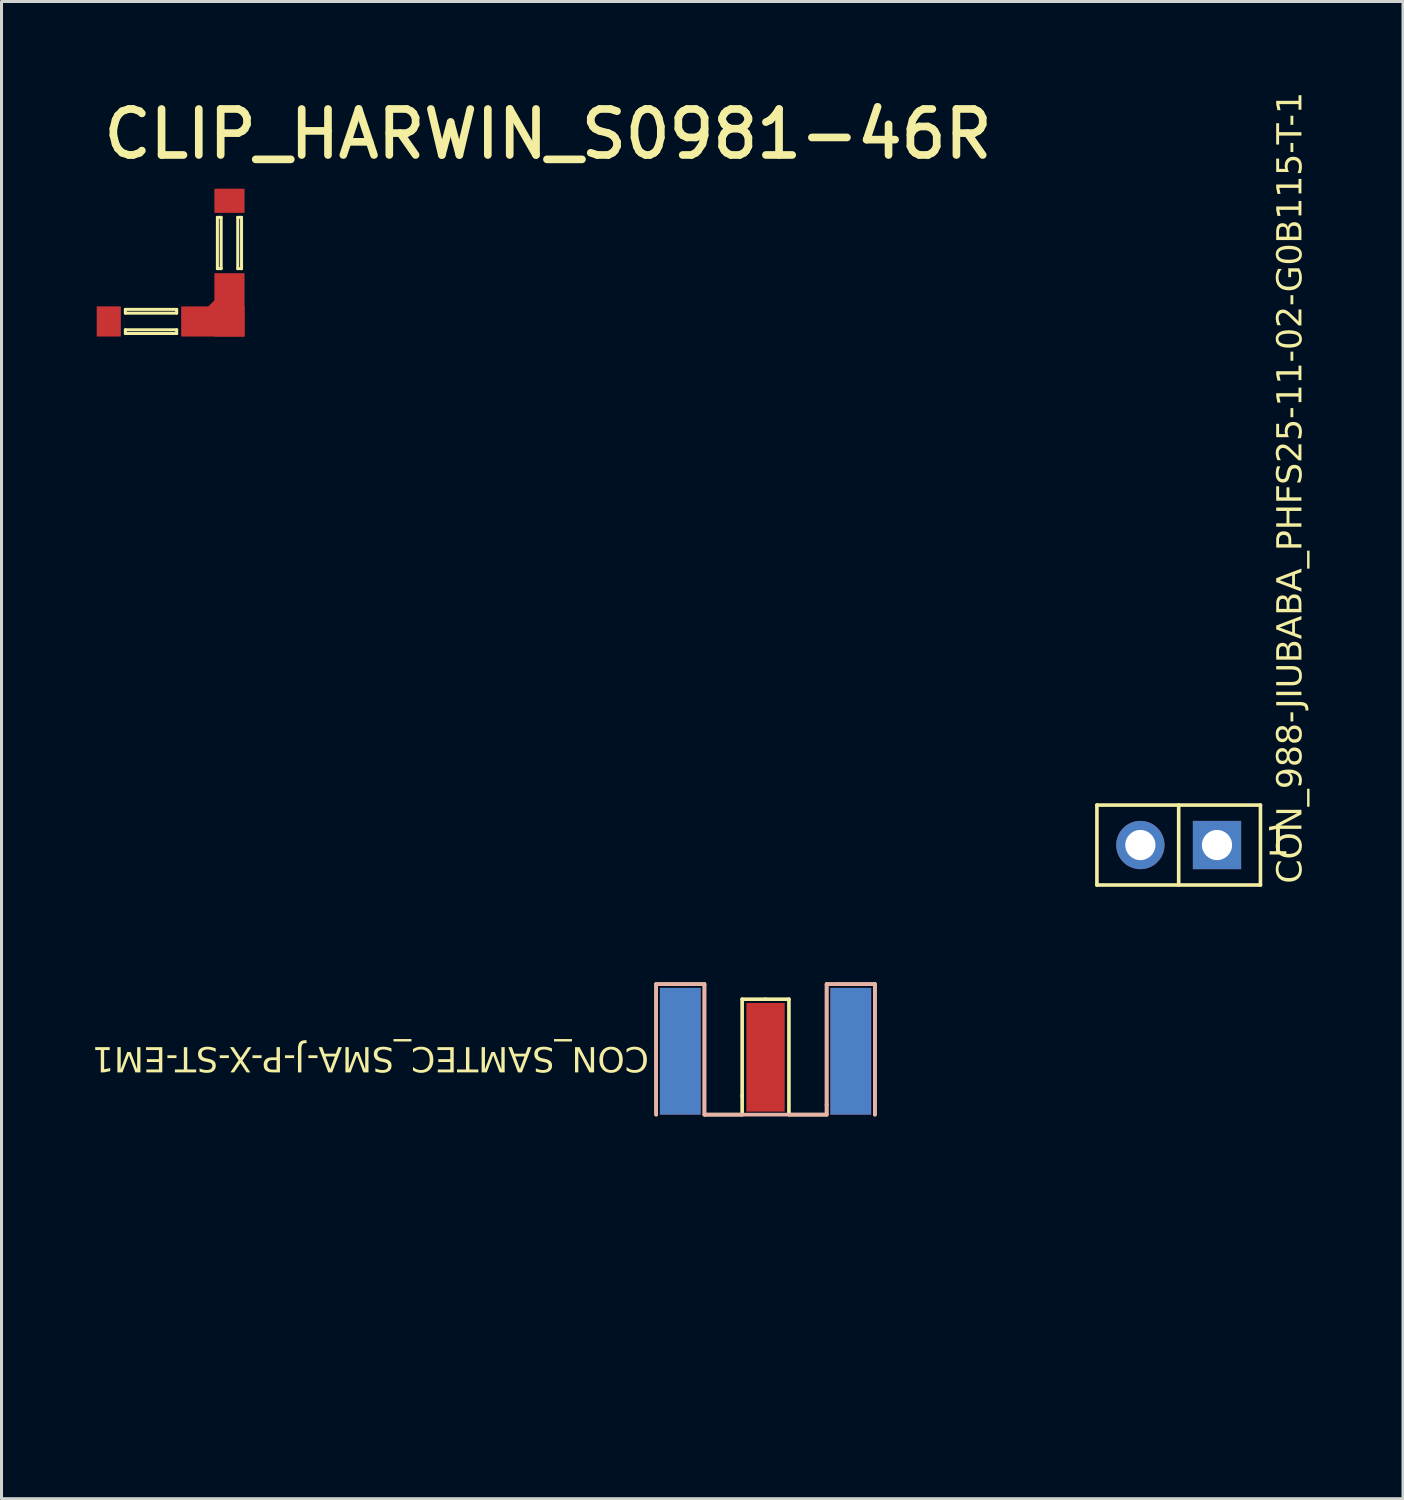
<source format=kicad_pcb>
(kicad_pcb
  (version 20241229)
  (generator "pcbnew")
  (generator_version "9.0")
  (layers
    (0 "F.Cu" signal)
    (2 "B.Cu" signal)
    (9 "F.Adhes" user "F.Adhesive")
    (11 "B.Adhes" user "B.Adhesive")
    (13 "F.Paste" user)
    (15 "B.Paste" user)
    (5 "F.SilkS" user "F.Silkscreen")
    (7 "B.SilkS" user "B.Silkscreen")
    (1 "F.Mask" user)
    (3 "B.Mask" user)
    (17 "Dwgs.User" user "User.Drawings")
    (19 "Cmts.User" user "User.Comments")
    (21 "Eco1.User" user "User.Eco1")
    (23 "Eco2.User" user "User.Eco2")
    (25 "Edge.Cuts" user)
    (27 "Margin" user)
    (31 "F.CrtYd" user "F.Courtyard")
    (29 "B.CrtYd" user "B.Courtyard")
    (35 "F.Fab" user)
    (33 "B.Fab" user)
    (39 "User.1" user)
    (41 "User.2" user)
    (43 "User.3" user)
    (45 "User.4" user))
  (footprint "CLIP_HARWIN_S0981-46R"
    (layer "F.Cu")
    (at 4.555 7.604)
    (property "Reference" "CLIP_HARWIN_S0981-46R" (at -4.304 -5.318 0) (unlocked yes) (layer "F.SilkS") (effects (font (size 1.524 1.524) (thickness 0.254)) (justify left bottom)))
    (fp_line (start -3.45 -0.4) (end -1.75 -0.4) (stroke (width 0.1) (type solid)) (layer "F.SilkS"))
    (fp_line (start -3.45 -0.275) (end -3.45 -0.4) (stroke (width 0.1) (type solid)) (layer "F.SilkS"))
    (fp_line (start -3.45 -0.275) (end -1.75 -0.275) (stroke (width 0.1) (type solid)) (layer "F.SilkS"))
    (fp_line (start -3.45 0.275) (end -1.75 0.275) (stroke (width 0.1) (type solid)) (layer "F.SilkS"))
    (fp_line (start -3.45 0.4) (end -3.45 0.275) (stroke (width 0.1) (type solid)) (layer "F.SilkS"))
    (fp_line (start -3.45 0.4) (end -1.75 0.4) (stroke (width 0.1) (type solid)) (layer "F.SilkS"))
    (fp_line (start -1.75 -0.275) (end -1.75 -0.4) (stroke (width 0.1) (type solid)) (layer "F.SilkS"))
    (fp_line (start -1.75 0.4) (end -1.75 0.275) (stroke (width 0.1) (type solid)) (layer "F.SilkS"))
    (fp_line (start -0.4 -3.45) (end -0.275 -3.45) (stroke (width 0.1) (type solid)) (layer "F.SilkS"))
    (fp_line (start -0.4 -1.75) (end -0.4 -3.45) (stroke (width 0.1) (type solid)) (layer "F.SilkS"))
    (fp_line (start -0.4 -1.75) (end -0.275 -1.75) (stroke (width 0.1) (type solid)) (layer "F.SilkS"))
    (fp_line (start -0.275 -1.75) (end -0.275 -3.45) (stroke (width 0.1) (type solid)) (layer "F.SilkS"))
    (fp_line (start 0.275 -3.45) (end 0.4 -3.45) (stroke (width 0.1) (type solid)) (layer "F.SilkS"))
    (fp_line (start 0.275 -1.75) (end 0.275 -3.45) (stroke (width 0.1) (type solid)) (layer "F.SilkS"))
    (fp_line (start 0.275 -1.75) (end 0.4 -1.75) (stroke (width 0.1) (type solid)) (layer "F.SilkS"))
    (fp_line (start 0.4 -1.75) (end 0.4 -3.45) (stroke (width 0.1) (type solid)) (layer "F.SilkS"))
    (fp_line (start -4.55 -0.65) (end -0.775 -0.65) (stroke (width 0.01) (type solid)) (layer "Eco1.User"))
    (fp_line (start -4.55 0.65) (end -4.55 -0.65) (stroke (width 0.01) (type solid)) (layer "Eco1.User"))
    (fp_line (start -4.55 0.65) (end 0.65 0.65) (stroke (width 0.01) (type solid)) (layer "Eco1.User"))
    (fp_line (start -4.3 -0.4) (end -0.6 -0.4) (stroke (width 0.01) (type solid)) (layer "Eco1.User"))
    (fp_line (start -4.3 0.4) (end -4.3 -0.4) (stroke (width 0.01) (type solid)) (layer "Eco1.User"))
    (fp_line (start -4.3 0.4) (end -0.1 0.4) (stroke (width 0.01) (type solid)) (layer "Eco1.User"))
    (fp_line (start -3.6 -0.325) (end -1.6 -0.325) (stroke (width 0.01) (type solid)) (layer "Eco1.User"))
    (fp_line (start -3.6 0.325) (end -1.6 0.325) (stroke (width 0.01) (type solid)) (layer "Eco1.User"))
    (fp_line (start -3.6 0.4) (end -3.6 -0.4) (stroke (width 0.01) (type solid)) (layer "Eco1.User"))
    (fp_line (start -1.6 0.4) (end -1.6 -0.4) (stroke (width 0.01) (type solid)) (layer "Eco1.User"))
    (fp_line (start -0.775 -0.65) (end -0.65 -0.775) (stroke (width 0.01) (type solid)) (layer "Eco1.User"))
    (fp_line (start -0.65 -4.55) (end 0.65 -4.55) (stroke (width 0.01) (type solid)) (layer "Eco1.User"))
    (fp_line (start -0.65 -0.775) (end -0.65 -4.55) (stroke (width 0.01) (type solid)) (layer "Eco1.User"))
    (fp_line (start -0.4 -4.3) (end 0.4 -4.3) (stroke (width 0.01) (type solid)) (layer "Eco1.User"))
    (fp_line (start -0.4 -3.6) (end 0.4 -3.6) (stroke (width 0.01) (type solid)) (layer "Eco1.User"))
    (fp_line (start -0.4 -1.6) (end 0.4 -1.6) (stroke (width 0.01) (type solid)) (layer "Eco1.User"))
    (fp_line (start -0.4 -0.6) (end -0.4 -4.3) (stroke (width 0.01) (type solid)) (layer "Eco1.User"))
    (fp_line (start -0.325 -1.6) (end -0.325 -3.6) (stroke (width 0.01) (type solid)) (layer "Eco1.User"))
    (fp_line (start -0.1 0.4) (end 0.4 -0.1) (stroke (width 0.01) (type solid)) (layer "Eco1.User"))
    (fp_line (start 0.325 -1.6) (end 0.325 -3.6) (stroke (width 0.01) (type solid)) (layer "Eco1.User"))
    (fp_line (start 0.4 -0.1) (end 0.4 -4.3) (stroke (width 0.01) (type solid)) (layer "Eco1.User"))
    (fp_line (start 0.65 0.65) (end 0.65 -4.55) (stroke (width 0.01) (type solid)) (layer "Eco1.User"))
    (fp_arc (start -0.4 -0.6) (mid -0.458579 -0.458579) (end -0.6 -0.4) (stroke (width 0.01) (type solid)) (layer "Eco1.User"))
    (fp_text user "'.Designator'" (at -2 0.5 0) (unlocked yes) (layer "Eco1.User") (effects (font (face "Arial") (size 0.472 0.472) (thickness 0.254)) (justify left bottom)))
    (pad "" smd custom (at -1.6 0.5) (size 0.000001 0.000001) (layers "F.Cu" "F.Mask" "F.Paste") (options (anchor circle)) (primitives (gr_poly (pts (xy 0 0) (xy 2.1 0) (xy 2.1 -2.1) (xy 1.1 -2.1) (xy 1.1 -1.2) (xy 0.9 -1) (xy 0 -1)) (width 0) (fill yes))))
    (pad "1" smd rect (at -4 0) (size 0.8 1) (layers "F.Cu" "F.Mask" "F.Paste"))
    (pad "1" smd rect (at 0 -4) (size 1 0.8) (layers "F.Cu" "F.Mask" "F.Paste"))
    (pad "1" smd rect (at 0 0) (size 1 1) (layers "F.Cu" "F.Mask" "F.Paste")))
  (footprint "CON_SAMTEC_SMA-J-P-X-ST-EM1"
    (layer "F.Cu")
    (at 22.322 33.892)
    (property "Reference" "CON_SAMTEC_SMA-J-P-X-ST-EM1" (at -3.868 -2.375 180) (unlocked yes) (layer "F.SilkS") (effects (font (face "Arial") (size 0.819 0.819) (thickness 0.254)) (justify left bottom)))
    (fp_line (start -3.625 -4.325) (end -3.625 0) (stroke (width 0.12) (type solid)) (layer "F.SilkS"))
    (fp_line (start -2.025 -4.325) (end -3.625 -4.325) (stroke (width 0.12) (type solid)) (layer "F.SilkS"))
    (fp_line (start -2.025 -4.325) (end -2.025 0) (stroke (width 0.12) (type solid)) (layer "F.SilkS"))
    (fp_line (start -0.775 -3.825) (end -0.775 -0.625) (stroke (width 0.12) (type solid)) (layer "F.SilkS"))
    (fp_line (start -0.775 -0.625) (end -0.775 0) (stroke (width 0.12) (type solid)) (layer "F.SilkS"))
    (fp_line (start -0.775 0) (end -2.025 0) (stroke (width 0.12) (type solid)) (layer "F.SilkS"))
    (fp_line (start 0 -3.825) (end -0.775 -3.825) (stroke (width 0.12) (type solid)) (layer "F.SilkS"))
    (fp_line (start 0.775 -3.825) (end 0 -3.825) (stroke (width 0.12) (type solid)) (layer "F.SilkS"))
    (fp_line (start 0.775 -3.825) (end 0.775 0) (stroke (width 0.12) (type solid)) (layer "F.SilkS"))
    (fp_line (start 2.025 -4.325) (end 2.025 -0.325) (stroke (width 0.12) (type solid)) (layer "F.SilkS"))
    (fp_line (start 2.025 -0.325) (end 2.025 0) (stroke (width 0.12) (type solid)) (layer "F.SilkS"))
    (fp_line (start 2.025 0) (end 0.775 0) (stroke (width 0.12) (type solid)) (layer "F.SilkS"))
    (fp_line (start 2.45 -4.325) (end 2.025 -4.325) (stroke (width 0.12) (type solid)) (layer "F.SilkS"))
    (fp_line (start 3.625 -4.325) (end 2.45 -4.325) (stroke (width 0.12) (type solid)) (layer "F.SilkS"))
    (fp_line (start 3.625 -4.325) (end 3.625 0) (stroke (width 0.12) (type solid)) (layer "F.SilkS"))
    (fp_line (start -3.625 -4.325) (end -3.625 0) (stroke (width 0.12) (type solid)) (layer "B.SilkS"))
    (fp_line (start -2.025 -4.325) (end -3.625 -4.325) (stroke (width 0.12) (type solid)) (layer "B.SilkS"))
    (fp_line (start -2.025 -4.325) (end -2.025 0) (stroke (width 0.12) (type solid)) (layer "B.SilkS"))
    (fp_line (start 2.025 -4.325) (end 2.025 -0.325) (stroke (width 0.12) (type solid)) (layer "B.SilkS"))
    (fp_line (start 2.025 -0.325) (end 2.025 0) (stroke (width 0.12) (type solid)) (layer "B.SilkS"))
    (fp_line (start 2.025 0) (end -2.025 0) (stroke (width 0.12) (type solid)) (layer "B.SilkS"))
    (fp_line (start 2.45 -4.325) (end 2.025 -4.325) (stroke (width 0.12) (type solid)) (layer "B.SilkS"))
    (fp_line (start 3.625 -4.325) (end 2.45 -4.325) (stroke (width 0.12) (type solid)) (layer "B.SilkS"))
    (fp_line (start 3.625 -4.325) (end 3.625 0) (stroke (width 0.12) (type solid)) (layer "B.SilkS"))
    (fp_line (start -5.1 2) (end -5.1 9.725) (stroke (width 0.01) (type solid)) (layer "Eco1.User"))
    (fp_line (start -3.7 -4.4) (end -3.7 2) (stroke (width 0.01) (type solid)) (layer "Eco1.User"))
    (fp_line (start -3.7 2) (end -5.1 2) (stroke (width 0.01) (type solid)) (layer "Eco1.User"))
    (fp_line (start -3.175 -3.81) (end -3.175 0) (stroke (width 0.01) (type solid)) (layer "Eco1.User"))
    (fp_line (start -3.175 -3.81) (end -3.175 0) (stroke (width 0.01) (type solid)) (layer "Eco1.User"))
    (fp_line (start -3.175 -3.8) (end -3.175 2) (stroke (width 0.01) (type solid)) (layer "Eco1.User"))
    (fp_line (start -2.75 2.15) (end -2.9 2) (stroke (width 0.01) (type solid)) (layer "Eco1.User"))
    (fp_line (start -2.75 2.15) (end -2.75 5.3) (stroke (width 0.01) (type solid)) (layer "Eco1.User"))
    (fp_line (start -2.75 4.55) (end -2.75 7.7) (stroke (width 0.01) (type solid)) (layer "Eco1.User"))
    (fp_line (start -2.75 5.3) (end -3.15 5.7) (stroke (width 0.01) (type solid)) (layer "Eco1.User"))
    (fp_line (start -2.75 6.1) (end -3.15 5.7) (stroke (width 0.01) (type solid)) (layer "Eco1.User"))
    (fp_line (start -2.75 6.1) (end -3.15 6.5) (stroke (width 0.01) (type solid)) (layer "Eco1.User"))
    (fp_line (start -2.75 6.9) (end -3.15 6.5) (stroke (width 0.01) (type solid)) (layer "Eco1.User"))
    (fp_line (start -2.75 6.9) (end -3.15 7.3) (stroke (width 0.01) (type solid)) (layer "Eco1.User"))
    (fp_line (start -2.75 7.7) (end -3.15 7.3) (stroke (width 0.01) (type solid)) (layer "Eco1.User"))
    (fp_line (start -2.75 7.7) (end -3.15 8.1) (stroke (width 0.01) (type solid)) (layer "Eco1.User"))
    (fp_line (start -2.75 7.7) (end -3.15 8.1) (stroke (width 0.01) (type solid)) (layer "Eco1.User"))
    (fp_line (start -2.75 7.7) (end -2.75 8.5) (stroke (width 0.01) (type solid)) (layer "Eco1.User"))
    (fp_line (start -2.75 8.5) (end -3.15 8.1) (stroke (width 0.01) (type solid)) (layer "Eco1.User"))
    (fp_line (start -2.75 8.5) (end -3.15 8.1) (stroke (width 0.01) (type solid)) (layer "Eco1.User"))
    (fp_line (start -2.75 8.5) (end -3.15 8.9) (stroke (width 0.01) (type solid)) (layer "Eco1.User"))
    (fp_line (start -2.75 8.5) (end -2.75 9.445) (stroke (width 0.01) (type solid)) (layer "Eco1.User"))
    (fp_line (start -2.75 9.3) (end -3.15 8.9) (stroke (width 0.01) (type solid)) (layer "Eco1.User"))
    (fp_line (start -2.675 9.52) (end -2.75 9.445) (stroke (width 0.01) (type solid)) (layer "Eco1.User"))
    (fp_line (start -2.365 -3.81) (end -3.175 -3.81) (stroke (width 0.01) (type solid)) (layer "Eco1.User"))
    (fp_line (start -2.365 -3.81) (end -3.175 -3.81) (stroke (width 0.01) (type solid)) (layer "Eco1.User"))
    (fp_line (start -2.365 -3.81) (end -2.365 0) (stroke (width 0.01) (type solid)) (layer "Eco1.User"))
    (fp_line (start -2.365 -3.81) (end -2.365 0) (stroke (width 0.01) (type solid)) (layer "Eco1.User"))
    (fp_line (start -0.635 -3.55) (end -0.635 0) (stroke (width 0.01) (type solid)) (layer "Eco1.User"))
    (fp_line (start -0.375 -3.8) (end -0.635 -3.55) (stroke (width 0.01) (type solid)) (layer "Eco1.User"))
    (fp_line (start 0.375 -3.8) (end -0.375 -3.8) (stroke (width 0.01) (type solid)) (layer "Eco1.User"))
    (fp_line (start 0.625 -3.55) (end -0.625 -3.55) (stroke (width 0.01) (type solid)) (layer "Eco1.User"))
    (fp_line (start 0.635 -3.55) (end 0.375 -3.8) (stroke (width 0.01) (type solid)) (layer "Eco1.User"))
    (fp_line (start 0.635 -3.55) (end 0.635 0) (stroke (width 0.01) (type solid)) (layer "Eco1.User"))
    (fp_line (start 2.365 -3.81) (end 2.365 0) (stroke (width 0.01) (type solid)) (layer "Eco1.User"))
    (fp_line (start 2.365 -3.81) (end 2.365 0) (stroke (width 0.01) (type solid)) (layer "Eco1.User"))
    (fp_line (start 2.675 9.52) (end -2.675 9.52) (stroke (width 0.01) (type solid)) (layer "Eco1.User"))
    (fp_line (start 2.75 2.15) (end -2.75 2.15) (stroke (width 0.01) (type solid)) (layer "Eco1.User"))
    (fp_line (start 2.75 2.15) (end 2.75 4.9) (stroke (width 0.01) (type solid)) (layer "Eco1.User"))
    (fp_line (start 2.75 4.55) (end -2.75 4.55) (stroke (width 0.01) (type solid)) (layer "Eco1.User"))
    (fp_line (start 2.75 4.55) (end 2.75 7.3) (stroke (width 0.01) (type solid)) (layer "Eco1.User"))
    (fp_line (start 2.75 4.9) (end -2.75 5.3) (stroke (width 0.01) (type solid)) (layer "Eco1.User"))
    (fp_line (start 2.75 5.7) (end -2.75 6.1) (stroke (width 0.01) (type solid)) (layer "Eco1.User"))
    (fp_line (start 2.75 6.5) (end -2.75 6.9) (stroke (width 0.01) (type solid)) (layer "Eco1.User"))
    (fp_line (start 2.75 7.3) (end -2.75 7.7) (stroke (width 0.01) (type solid)) (layer "Eco1.User"))
    (fp_line (start 2.75 7.3) (end 2.75 8.1) (stroke (width 0.01) (type solid)) (layer "Eco1.User"))
    (fp_line (start 2.75 8.1) (end -2.75 8.5) (stroke (width 0.01) (type solid)) (layer "Eco1.User"))
    (fp_line (start 2.75 8.1) (end 2.75 9.445) (stroke (width 0.01) (type solid)) (layer "Eco1.User"))
    (fp_line (start 2.75 8.9) (end -2.75 9.3) (stroke (width 0.01) (type solid)) (layer "Eco1.User"))
    (fp_line (start 2.75 9.445) (end 2.675 9.52) (stroke (width 0.01) (type solid)) (layer "Eco1.User"))
    (fp_line (start 2.9 2) (end 2.75 2.15) (stroke (width 0.01) (type solid)) (layer "Eco1.User"))
    (fp_line (start 3.15 5.3) (end -3.15 5.7) (stroke (width 0.01) (type solid)) (layer "Eco1.User"))
    (fp_line (start 3.15 5.3) (end 2.75 4.9) (stroke (width 0.01) (type solid)) (layer "Eco1.User"))
    (fp_line (start 3.15 5.3) (end 2.75 5.7) (stroke (width 0.01) (type solid)) (layer "Eco1.User"))
    (fp_line (start 3.15 6.1) (end -3.15 6.5) (stroke (width 0.01) (type solid)) (layer "Eco1.User"))
    (fp_line (start 3.15 6.1) (end 2.75 5.7) (stroke (width 0.01) (type solid)) (layer "Eco1.User"))
    (fp_line (start 3.15 6.1) (end 2.75 6.5) (stroke (width 0.01) (type solid)) (layer "Eco1.User"))
    (fp_line (start 3.15 6.9) (end -3.15 7.3) (stroke (width 0.01) (type solid)) (layer "Eco1.User"))
    (fp_line (start 3.15 6.9) (end 2.75 6.5) (stroke (width 0.01) (type solid)) (layer "Eco1.User"))
    (fp_line (start 3.15 6.9) (end 2.75 7.3) (stroke (width 0.01) (type solid)) (layer "Eco1.User"))
    (fp_line (start 3.15 7.7) (end -3.15 8.1) (stroke (width 0.01) (type solid)) (layer "Eco1.User"))
    (fp_line (start 3.15 7.7) (end 2.75 7.3) (stroke (width 0.01) (type solid)) (layer "Eco1.User"))
    (fp_line (start 3.15 7.7) (end 2.75 7.3) (stroke (width 0.01) (type solid)) (layer "Eco1.User"))
    (fp_line (start 3.15 7.7) (end 2.75 8.1) (stroke (width 0.01) (type solid)) (layer "Eco1.User"))
    (fp_line (start 3.15 7.7) (end 2.75 8.1) (stroke (width 0.01) (type solid)) (layer "Eco1.User"))
    (fp_line (start 3.15 8.5) (end -3.15 8.9) (stroke (width 0.01) (type solid)) (layer "Eco1.User"))
    (fp_line (start 3.15 8.5) (end 2.75 8.1) (stroke (width 0.01) (type solid)) (layer "Eco1.User"))
    (fp_line (start 3.15 8.5) (end 2.75 8.9) (stroke (width 0.01) (type solid)) (layer "Eco1.User"))
    (fp_line (start 3.175 -3.81) (end 2.365 -3.81) (stroke (width 0.01) (type solid)) (layer "Eco1.User"))
    (fp_line (start 3.175 -3.81) (end 2.365 -3.81) (stroke (width 0.01) (type solid)) (layer "Eco1.User"))
    (fp_line (start 3.175 -3.81) (end 3.175 0) (stroke (width 0.01) (type solid)) (layer "Eco1.User"))
    (fp_line (start 3.175 -3.81) (end 3.175 0) (stroke (width 0.01) (type solid)) (layer "Eco1.User"))
    (fp_line (start 3.175 -3.8) (end 3.175 2) (stroke (width 0.01) (type solid)) (layer "Eco1.User"))
    (fp_line (start 3.175 0) (end -3.175 0) (stroke (width 0.01) (type solid)) (layer "Eco1.User"))
    (fp_line (start 3.175 0) (end -3.175 0) (stroke (width 0.01) (type solid)) (layer "Eco1.User"))
    (fp_line (start 3.175 2) (end -3.175 2) (stroke (width 0.01) (type solid)) (layer "Eco1.User"))
    (fp_line (start 3.7 -4.4) (end -3.7 -4.4) (stroke (width 0.01) (type solid)) (layer "Eco1.User"))
    (fp_line (start 3.7 -4.4) (end 3.7 2) (stroke (width 0.01) (type solid)) (layer "Eco1.User"))
    (fp_line (start 5.1 2) (end 3.7 2) (stroke (width 0.01) (type solid)) (layer "Eco1.User"))
    (fp_line (start 5.1 2) (end 5.1 9.725) (stroke (width 0.01) (type solid)) (layer "Eco1.User"))
    (fp_line (start 5.1 9.725) (end -5.1 9.725) (stroke (width 0.01) (type solid)) (layer "Eco1.User"))
    (fp_line (start 6.5 0) (end -6.5 0) (stroke (width 0.01) (type solid)) (layer "User.7"))
    (fp_text user "1" (at 0.233 -2.575 180) (unlocked yes) (layer "Eco1.User") (effects (font (face "Arial") (size 0.945 0.945) (thickness 0.08)) (justify left bottom)))
    (fp_text user "'.Designator'" (at -2.118 -2 180) (unlocked yes) (layer "Eco1.User") (effects (font (face "Arial") (size 0.472 0.472) (thickness 0.254)) (justify left bottom)))
    (fp_text user "4" (at 2.382 -2.413 180) (unlocked yes) (layer "Eco1.User") (effects (font (face "Arial") (size 0.945 0.945) (thickness 0.08)) (justify left bottom mirror)))
    (fp_text user "5" (at -3.13 -2.538 180) (unlocked yes) (layer "Eco1.User") (effects (font (face "Arial") (size 0.945 0.945) (thickness 0.08)) (justify left bottom mirror)))
    (fp_text user "3" (at 3.02 -2.538 180) (unlocked yes) (layer "Eco1.User") (effects (font (face "Arial") (size 0.945 0.945) (thickness 0.08)) (justify left bottom)))
    (fp_text user "2" (at -2.493 -2.513 180) (unlocked yes) (layer "Eco1.User") (effects (font (face "Arial") (size 0.945 0.945) (thickness 0.08)) (justify left bottom)))
    (fp_text user "EDGE" (at 4.075 -0.075 0) (unlocked yes) (layer "User.7") (effects (font (face "Arial") (size 0.63 0.63) (thickness 0.04)) (justify left bottom)))
    (fp_text user "PCB" (at -6.425 -0.125 0) (unlocked yes) (layer "User.7") (effects (font (face "Arial") (size 0.63 0.63) (thickness 0.04)) (justify left bottom)))
    (pad "1" smd rect (at 0 -1.9 90) (size 3.6 1.27) (layers "F.Cu" "F.Mask" "F.Paste"))
    (pad "2" smd rect (at -2.825 -2.1 90) (size 4.2 1.35) (layers "F.Cu" "F.Mask" "F.Paste"))
    (pad "3" smd rect (at 2.825 -2.1 90) (size 4.2 1.35) (layers "F.Cu" "F.Mask" "F.Paste"))
    (pad "4" smd rect (at 2.825 -2.1 90) (size 4.2 1.35) (layers "B.Cu" "B.Mask" "B.Paste"))
    (pad "5" smd rect (at -2.825 -2.1 90) (size 4.2 1.35) (layers "B.Cu" "B.Mask" "B.Paste")))
  (footprint "CON_988-JIUBABA_PHFS25-11-02-G0B115-T-1"
    (layer "F.Cu")
    (at 36.015 24.957)
    (property "Reference" "CON_988-JIUBABA_PHFS25-11-02-G0B115-T-1" (at 4.207 1.278 90) (unlocked yes) (layer "F.SilkS") (effects (font (face "Arial") (size 0.819 0.819) (thickness 0.254)) (justify left bottom)))
    (fp_line (start -2.71 -1.325) (end 2.71 -1.325) (stroke (width 0.12) (type solid)) (layer "F.SilkS"))
    (fp_line (start -2.71 1.325) (end -2.71 -1.325) (stroke (width 0.12) (type solid)) (layer "F.SilkS"))
    (fp_line (start -2.71 1.325) (end 2.71 1.325) (stroke (width 0.12) (type solid)) (layer "F.SilkS"))
    (fp_line (start 0 1.325) (end 0 -1.325) (stroke (width 0.12) (type solid)) (layer "F.SilkS"))
    (fp_line (start 2.71 1.325) (end 2.71 -1.325) (stroke (width 0.12) (type solid)) (layer "F.SilkS"))
    (fp_line (start -2.91 -1.525) (end 2.91 -1.525) (stroke (width 0.01) (type solid)) (layer "Eco1.User"))
    (fp_line (start -2.91 1.525) (end -2.91 -1.525) (stroke (width 0.01) (type solid)) (layer "Eco1.User"))
    (fp_line (start -2.91 1.525) (end 2.91 1.525) (stroke (width 0.01) (type solid)) (layer "Eco1.User"))
    (fp_line (start -2.71 -1.325) (end 2.71 -1.325) (stroke (width 0.01) (type solid)) (layer "Eco1.User"))
    (fp_line (start -2.71 1.325) (end -2.71 -1.325) (stroke (width 0.01) (type solid)) (layer "Eco1.User"))
    (fp_line (start -2.71 1.325) (end 2.71 1.325) (stroke (width 0.01) (type solid)) (layer "Eco1.User"))
    (fp_line (start 0 1.325) (end 0 -1.325) (stroke (width 0.01) (type solid)) (layer "Eco1.User"))
    (fp_line (start 2.71 1.325) (end 2.71 -1.325) (stroke (width 0.01) (type solid)) (layer "Eco1.User"))
    (fp_line (start 2.91 1.525) (end 2.91 -1.525) (stroke (width 0.01) (type solid)) (layer "Eco1.User"))
    (fp_text user "1" (at 2.85 0.475 0) (unlocked yes) (layer "F.SilkS") (effects (font (face "Arial") (size 0.945 0.945) (thickness 0.12)) (justify left bottom)))
    (fp_text user "1" (at 1.11 0.625 0) (unlocked yes) (layer "Eco1.User") (effects (font (face "Arial") (size 0.945 0.945) (thickness 0.12)) (justify left bottom)))
    (fp_text user "2" (at -1.675 0.6 0) (unlocked yes) (layer "Eco1.User") (effects (font (face "Arial") (size 0.945 0.945) (thickness 0.12)) (justify left bottom)))
    (fp_text user "'.Designator'" (at -2 0.5 0) (unlocked yes) (layer "Eco1.User") (effects (font (face "Arial") (size 0.472 0.472) (thickness 0.254)) (justify left bottom)))
    (pad "1" thru_hole rect (at 1.27 0 180) (size 1.6 1.6) (drill 1) (layers "*.Cu" "*.Mask"))
    (pad "2" thru_hole circle (at -1.27 0 180) (size 1.6 1.6) (drill 1) (layers "*.Cu" "*.Mask")))
  (gr_rect
    (start -3 -3)
    (end 43.45 46.622)
    (stroke (width 0.1) (type default))
    (fill no)
    (layer "Edge.Cuts")))
</source>
